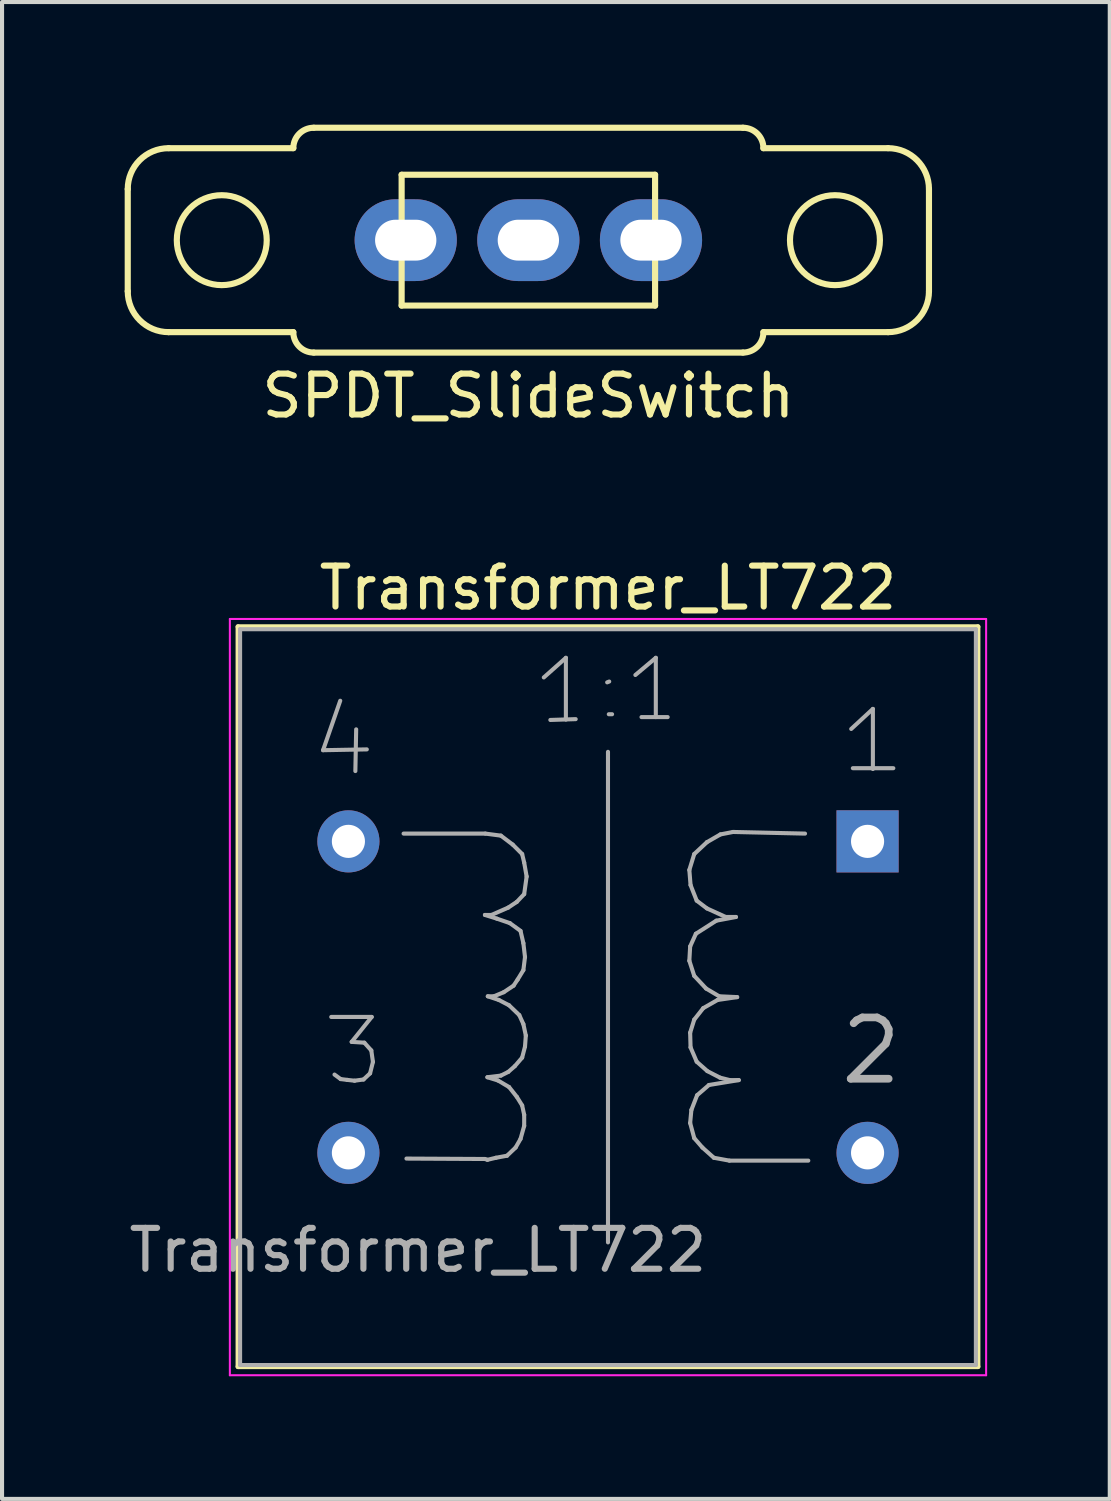
<source format=kicad_pcb>
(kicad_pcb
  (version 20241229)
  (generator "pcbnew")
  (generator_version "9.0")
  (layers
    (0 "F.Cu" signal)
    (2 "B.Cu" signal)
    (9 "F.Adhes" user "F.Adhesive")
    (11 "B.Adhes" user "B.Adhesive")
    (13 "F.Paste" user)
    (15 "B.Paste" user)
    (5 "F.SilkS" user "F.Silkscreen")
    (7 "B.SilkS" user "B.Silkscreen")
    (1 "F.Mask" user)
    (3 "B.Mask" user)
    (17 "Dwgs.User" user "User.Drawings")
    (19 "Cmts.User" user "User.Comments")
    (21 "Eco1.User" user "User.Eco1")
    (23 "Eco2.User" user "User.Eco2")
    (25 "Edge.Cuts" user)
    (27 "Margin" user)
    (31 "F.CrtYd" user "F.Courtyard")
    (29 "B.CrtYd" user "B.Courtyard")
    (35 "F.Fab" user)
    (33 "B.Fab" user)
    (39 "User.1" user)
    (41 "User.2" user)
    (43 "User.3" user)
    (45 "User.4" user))
  (footprint "Transformer_LT722"
    (layer "F.Cu")
    (at 18.173 17.532)
    (property "Reference" "Transformer_LT722" (at -6.35 -6.2 0) (layer "F.SilkS") (effects (font (size 1 1) (thickness 0.15))))
    (attr through_hole)
    (fp_line (start -15.4 -5.25) (end 2.7 -5.25) (stroke (width 0.12) (type solid)) (layer "F.SilkS"))
    (fp_line (start -15.4 12.85) (end -15.4 -5.25) (stroke (width 0.12) (type solid)) (layer "F.SilkS"))
    (fp_line (start 2.7 -5.25) (end 2.7 12.85) (stroke (width 0.12) (type solid)) (layer "F.SilkS"))
    (fp_line (start 2.7 12.85) (end -15.4 12.85) (stroke (width 0.12) (type solid)) (layer "F.SilkS"))
    (fp_line (start -15.6 -5.44) (end -15.6 13.06) (stroke (width 0.05) (type solid)) (layer "F.CrtYd"))
    (fp_line (start -15.6 -5.44) (end 2.9 -5.44) (stroke (width 0.05) (type solid)) (layer "F.CrtYd"))
    (fp_line (start 2.9 13.06) (end -15.6 13.06) (stroke (width 0.05) (type solid)) (layer "F.CrtYd"))
    (fp_line (start 2.9 13.06) (end 2.9 -5.44) (stroke (width 0.05) (type solid)) (layer "F.CrtYd"))
    (fp_line (start -15.35 -5.19) (end -15.35 12.81) (stroke (width 0.1) (type solid)) (layer "F.Fab"))
    (fp_line (start -15.35 12.81) (end 2.65 12.81) (stroke (width 0.1) (type solid)) (layer "F.Fab"))
    (fp_line (start -13.32 -2.23) (end -12.25 -2.25) (stroke (width 0.1) (type solid)) (layer "F.Fab"))
    (fp_line (start -13.12 4.295) (end -12.13 4.295) (stroke (width 0.1) (type solid)) (layer "F.Fab"))
    (fp_line (start -12.9 -3.44) (end -13.32 -2.23) (stroke (width 0.1) (type solid)) (layer "F.Fab"))
    (fp_line (start -12.89 5.815) (end -13.04 5.705) (stroke (width 0.1) (type solid)) (layer "F.Fab"))
    (fp_line (start -12.73 5.835) (end -12.89 5.815) (stroke (width 0.1) (type solid)) (layer "F.Fab"))
    (fp_line (start -12.62 4.905) (end -12.31 4.925) (stroke (width 0.1) (type solid)) (layer "F.Fab"))
    (fp_line (start -12.55 5.855) (end -12.73 5.835) (stroke (width 0.1) (type solid)) (layer "F.Fab"))
    (fp_line (start -12.51 -2.74) (end -12.53 -1.72) (stroke (width 0.1) (type solid)) (layer "F.Fab"))
    (fp_line (start -12.33 5.825) (end -12.55 5.855) (stroke (width 0.1) (type solid)) (layer "F.Fab"))
    (fp_line (start -12.31 4.925) (end -12.14 5.115) (stroke (width 0.1) (type solid)) (layer "F.Fab"))
    (fp_line (start -12.17 5.675) (end -12.33 5.825) (stroke (width 0.1) (type solid)) (layer "F.Fab"))
    (fp_line (start -12.14 5.115) (end -12.1 5.395) (stroke (width 0.1) (type solid)) (layer "F.Fab"))
    (fp_line (start -12.13 4.295) (end -12.62 4.905) (stroke (width 0.1) (type solid)) (layer "F.Fab"))
    (fp_line (start -12.1 5.395) (end -12.17 5.675) (stroke (width 0.1) (type solid)) (layer "F.Fab"))
    (fp_line (start -11.35 -0.19) (end -9.35 -0.19) (stroke (width 0.1) (type solid)) (layer "F.Fab"))
    (fp_line (start -9.36 1.8) (end -9.07 1.89) (stroke (width 0.1) (type solid)) (layer "F.Fab"))
    (fp_line (start -9.36 7.77) (end -11.28 7.76) (stroke (width 0.1) (type solid)) (layer "F.Fab"))
    (fp_line (start -9.35 -0.19) (end -8.97 -0.14) (stroke (width 0.1) (type solid)) (layer "F.Fab"))
    (fp_line (start -9.3 5.77) (end -9.04 5.85) (stroke (width 0.1) (type solid)) (layer "F.Fab"))
    (fp_line (start -9.3 7.79) (end -9.36 7.77) (stroke (width 0.1) (type solid)) (layer "F.Fab"))
    (fp_line (start -9.29 3.79) (end -9.02 3.88) (stroke (width 0.1) (type solid)) (layer "F.Fab"))
    (fp_line (start -9.2 1.8) (end -9.36 1.8) (stroke (width 0.1) (type solid)) (layer "F.Fab"))
    (fp_line (start -9.14 3.79) (end -9.29 3.79) (stroke (width 0.1) (type solid)) (layer "F.Fab"))
    (fp_line (start -9.09 7.74) (end -9.3 7.79) (stroke (width 0.1) (type solid)) (layer "F.Fab"))
    (fp_line (start -9.07 1.89) (end -8.75 2) (stroke (width 0.1) (type solid)) (layer "F.Fab"))
    (fp_line (start -9.04 5.85) (end -8.77 6.01) (stroke (width 0.1) (type solid)) (layer "F.Fab"))
    (fp_line (start -9.02 3.88) (end -8.77 4.01) (stroke (width 0.1) (type solid)) (layer "F.Fab"))
    (fp_line (start -8.97 -0.14) (end -8.68 0.08) (stroke (width 0.1) (type solid)) (layer "F.Fab"))
    (fp_line (start -8.97 5.73) (end -9.3 5.77) (stroke (width 0.1) (type solid)) (layer "F.Fab"))
    (fp_line (start -8.9 3.69) (end -9.14 3.79) (stroke (width 0.1) (type solid)) (layer "F.Fab"))
    (fp_line (start -8.82 7.69) (end -9.09 7.74) (stroke (width 0.1) (type solid)) (layer "F.Fab"))
    (fp_line (start -8.79 1.62) (end -9.2 1.8) (stroke (width 0.1) (type solid)) (layer "F.Fab"))
    (fp_line (start -8.79 5.64) (end -8.97 5.73) (stroke (width 0.1) (type solid)) (layer "F.Fab"))
    (fp_line (start -8.77 4.01) (end -8.52 4.25) (stroke (width 0.1) (type solid)) (layer "F.Fab"))
    (fp_line (start -8.77 6.01) (end -8.58 6.25) (stroke (width 0.1) (type solid)) (layer "F.Fab"))
    (fp_line (start -8.75 2) (end -8.49 2.19) (stroke (width 0.1) (type solid)) (layer "F.Fab"))
    (fp_line (start -8.68 0.08) (end -8.45 0.31) (stroke (width 0.1) (type solid)) (layer "F.Fab"))
    (fp_line (start -8.66 3.53) (end -8.9 3.69) (stroke (width 0.1) (type solid)) (layer "F.Fab"))
    (fp_line (start -8.63 5.5) (end -8.79 5.64) (stroke (width 0.1) (type solid)) (layer "F.Fab"))
    (fp_line (start -8.61 7.49) (end -8.82 7.69) (stroke (width 0.1) (type solid)) (layer "F.Fab"))
    (fp_line (start -8.58 1.48) (end -8.79 1.62) (stroke (width 0.1) (type solid)) (layer "F.Fab"))
    (fp_line (start -8.58 6.25) (end -8.45 6.46) (stroke (width 0.1) (type solid)) (layer "F.Fab"))
    (fp_line (start -8.56 3.38) (end -8.66 3.53) (stroke (width 0.1) (type solid)) (layer "F.Fab"))
    (fp_line (start -8.52 4.25) (end -8.42 4.47) (stroke (width 0.1) (type solid)) (layer "F.Fab"))
    (fp_line (start -8.49 2.19) (end -8.42 2.49) (stroke (width 0.1) (type solid)) (layer "F.Fab"))
    (fp_line (start -8.49 7.28) (end -8.61 7.49) (stroke (width 0.1) (type solid)) (layer "F.Fab"))
    (fp_line (start -8.45 0.31) (end -8.4 0.52) (stroke (width 0.1) (type solid)) (layer "F.Fab"))
    (fp_line (start -8.45 5.29) (end -8.63 5.5) (stroke (width 0.1) (type solid)) (layer "F.Fab"))
    (fp_line (start -8.45 6.46) (end -8.4 6.69) (stroke (width 0.1) (type solid)) (layer "F.Fab"))
    (fp_line (start -8.42 2.49) (end -8.38 2.83) (stroke (width 0.1) (type solid)) (layer "F.Fab"))
    (fp_line (start -8.42 3.15) (end -8.56 3.38) (stroke (width 0.1) (type solid)) (layer "F.Fab"))
    (fp_line (start -8.42 4.47) (end -8.36 4.75) (stroke (width 0.1) (type solid)) (layer "F.Fab"))
    (fp_line (start -8.4 0.52) (end -8.34 0.86) (stroke (width 0.1) (type solid)) (layer "F.Fab"))
    (fp_line (start -8.4 1.29) (end -8.58 1.48) (stroke (width 0.1) (type solid)) (layer "F.Fab"))
    (fp_line (start -8.4 6.69) (end -8.4 6.96) (stroke (width 0.1) (type solid)) (layer "F.Fab"))
    (fp_line (start -8.4 6.96) (end -8.49 7.28) (stroke (width 0.1) (type solid)) (layer "F.Fab"))
    (fp_line (start -8.38 2.83) (end -8.42 3.15) (stroke (width 0.1) (type solid)) (layer "F.Fab"))
    (fp_line (start -8.38 5.02) (end -8.45 5.29) (stroke (width 0.1) (type solid)) (layer "F.Fab"))
    (fp_line (start -8.36 4.75) (end -8.38 5.02) (stroke (width 0.1) (type solid)) (layer "F.Fab"))
    (fp_line (start -8.34 0.86) (end -8.4 1.29) (stroke (width 0.1) (type solid)) (layer "F.Fab"))
    (fp_line (start -7.92 -4.01) (end -7.38 -4.49) (stroke (width 0.1) (type solid)) (layer "F.Fab"))
    (fp_line (start -7.76 -2.97) (end -7.14 -2.99) (stroke (width 0.1) (type solid)) (layer "F.Fab"))
    (fp_line (start -7.38 -4.49) (end -7.38 -2.98) (stroke (width 0.1) (type solid)) (layer "F.Fab"))
    (fp_line (start -6.35 -2.19) (end -6.35 9.81) (stroke (width 0.1) (type solid)) (layer "F.Fab"))
    (fp_line (start -6.32 -3.91) (end -6.37 -3.89) (stroke (width 0.1) (type solid)) (layer "F.Fab"))
    (fp_line (start -6.25 -3.11) (end -6.33 -3.11) (stroke (width 0.1) (type solid)) (layer "F.Fab"))
    (fp_line (start -5.68 -4.07) (end -5.18 -4.49) (stroke (width 0.1) (type solid)) (layer "F.Fab"))
    (fp_line (start -5.53 -3.04) (end -4.89 -3.04) (stroke (width 0.1) (type solid)) (layer "F.Fab"))
    (fp_line (start -5.18 -4.49) (end -5.18 -3.04) (stroke (width 0.1) (type solid)) (layer "F.Fab"))
    (fp_line (start -4.36 0.7) (end -4.33 1.07) (stroke (width 0.1) (type solid)) (layer "F.Fab"))
    (fp_line (start -4.36 2.92) (end -4.24 3.29) (stroke (width 0.1) (type solid)) (layer "F.Fab"))
    (fp_line (start -4.34 2.57) (end -4.36 2.92) (stroke (width 0.1) (type solid)) (layer "F.Fab"))
    (fp_line (start -4.34 4.68) (end -4.33 5.04) (stroke (width 0.1) (type solid)) (layer "F.Fab"))
    (fp_line (start -4.34 6.89) (end -4.24 7.26) (stroke (width 0.1) (type solid)) (layer "F.Fab"))
    (fp_line (start -4.33 1.07) (end -4.18 1.45) (stroke (width 0.1) (type solid)) (layer "F.Fab"))
    (fp_line (start -4.33 5.04) (end -4.18 5.39) (stroke (width 0.1) (type solid)) (layer "F.Fab"))
    (fp_line (start -4.31 6.57) (end -4.34 6.89) (stroke (width 0.1) (type solid)) (layer "F.Fab"))
    (fp_line (start -4.24 0.31) (end -4.36 0.7) (stroke (width 0.1) (type solid)) (layer "F.Fab"))
    (fp_line (start -4.24 3.29) (end -3.95 3.6) (stroke (width 0.1) (type solid)) (layer "F.Fab"))
    (fp_line (start -4.24 4.36) (end -4.34 4.68) (stroke (width 0.1) (type solid)) (layer "F.Fab"))
    (fp_line (start -4.24 7.26) (end -4.04 7.49) (stroke (width 0.1) (type solid)) (layer "F.Fab"))
    (fp_line (start -4.2 2.26) (end -4.34 2.57) (stroke (width 0.1) (type solid)) (layer "F.Fab"))
    (fp_line (start -4.18 1.45) (end -3.93 1.64) (stroke (width 0.1) (type solid)) (layer "F.Fab"))
    (fp_line (start -4.18 5.39) (end -3.92 5.62) (stroke (width 0.1) (type solid)) (layer "F.Fab"))
    (fp_line (start -4.17 6.21) (end -4.31 6.57) (stroke (width 0.1) (type solid)) (layer "F.Fab"))
    (fp_line (start -4.04 7.49) (end -3.76 7.74) (stroke (width 0.1) (type solid)) (layer "F.Fab"))
    (fp_line (start -4.02 4.08) (end -4.24 4.36) (stroke (width 0.1) (type solid)) (layer "F.Fab"))
    (fp_line (start -3.95 3.6) (end -3.63 3.79) (stroke (width 0.1) (type solid)) (layer "F.Fab"))
    (fp_line (start -3.93 0.02) (end -4.24 0.31) (stroke (width 0.1) (type solid)) (layer "F.Fab"))
    (fp_line (start -3.93 1.64) (end -3.47 1.85) (stroke (width 0.1) (type solid)) (layer "F.Fab"))
    (fp_line (start -3.92 5.62) (end -3.61 5.78) (stroke (width 0.1) (type solid)) (layer "F.Fab"))
    (fp_line (start -3.88 5.96) (end -4.17 6.21) (stroke (width 0.1) (type solid)) (layer "F.Fab"))
    (fp_line (start -3.76 7.74) (end -3.38 7.81) (stroke (width 0.1) (type solid)) (layer "F.Fab"))
    (fp_line (start -3.7 1.94) (end -4.2 2.26) (stroke (width 0.1) (type solid)) (layer "F.Fab"))
    (fp_line (start -3.67 3.88) (end -4.02 4.08) (stroke (width 0.1) (type solid)) (layer "F.Fab"))
    (fp_line (start -3.63 3.79) (end -3.19 3.81) (stroke (width 0.1) (type solid)) (layer "F.Fab"))
    (fp_line (start -3.61 5.78) (end -3.37 5.84) (stroke (width 0.1) (type solid)) (layer "F.Fab"))
    (fp_line (start -3.6 -0.17) (end -3.93 0.02) (stroke (width 0.1) (type solid)) (layer "F.Fab"))
    (fp_line (start -3.47 1.85) (end -3.22 1.85) (stroke (width 0.1) (type solid)) (layer "F.Fab"))
    (fp_line (start -3.38 7.81) (end -1.45 7.81) (stroke (width 0.1) (type solid)) (layer "F.Fab"))
    (fp_line (start -3.37 5.84) (end -3.15 5.84) (stroke (width 0.1) (type solid)) (layer "F.Fab"))
    (fp_line (start -3.29 -0.23) (end -3.6 -0.17) (stroke (width 0.1) (type solid)) (layer "F.Fab"))
    (fp_line (start -3.22 1.85) (end -3.7 1.94) (stroke (width 0.1) (type solid)) (layer "F.Fab"))
    (fp_line (start -3.19 3.81) (end -3.67 3.88) (stroke (width 0.1) (type solid)) (layer "F.Fab"))
    (fp_line (start -3.15 5.84) (end -3.88 5.96) (stroke (width 0.1) (type solid)) (layer "F.Fab"))
    (fp_line (start -1.53 -0.19) (end -3.29 -0.23) (stroke (width 0.1) (type solid)) (layer "F.Fab"))
    (fp_line (start -0.4 -2.75) (end 0.13 -3.24) (stroke (width 0.1) (type solid)) (layer "F.Fab"))
    (fp_line (start -0.36 -1.79) (end 0.63 -1.79) (stroke (width 0.1) (type solid)) (layer "F.Fab"))
    (fp_line (start 0.13 -3.24) (end 0.13 -1.77) (stroke (width 0.1) (type solid)) (layer "F.Fab"))
    (fp_line (start 2.65 -5.19) (end -15.35 -5.19) (stroke (width 0.1) (type solid)) (layer "F.Fab"))
    (fp_line (start 2.65 12.81) (end 2.65 -5.19) (stroke (width 0.1) (type solid)) (layer "F.Fab"))
    (fp_text user "2" (at -0.75 6 0) (unlocked yes) (layer "F.Fab") (effects (font (size 1.5 1.5) (thickness 0.188)) (justify left bottom)))
    (fp_text user "${REFERENCE}" (at -11 10 0) (layer "F.Fab") (effects (font (size 1 1) (thickness 0.15))))
    (pad "1" thru_hole rect (at 0 0) (size 1.52 1.52) (drill 0.81) (layers "*.Cu" "*.Mask"))
    (pad "2" thru_hole circle (at 0 7.62) (size 1.52 1.52) (drill 0.81) (layers "*.Cu" "*.Mask"))
    (pad "3" thru_hole circle (at -12.7 7.62) (size 1.52 1.52) (drill 0.81) (layers "*.Cu" "*.Mask"))
    (pad "4" thru_hole circle (at -12.7 0) (size 1.52 1.52) (drill 0.81) (layers "*.Cu" "*.Mask")))
  (footprint "SPDT_SlideSwitch"
    (layer "F.Cu")
    (at 9.875 2.825)
    (property "Reference" "SPDT_SlideSwitch" (at 0 3.81 0) (layer "F.SilkS") (effects (font (size 1 1) (thickness 0.15))))
    (attr through_hole)
    (fp_line (start -9.8 -1.25) (end -9.8 1.25) (stroke (width 0.15) (type solid)) (layer "F.SilkS"))
    (fp_line (start -8.8 -2.25) (end -5.75 -2.25) (stroke (width 0.15) (type solid)) (layer "F.SilkS"))
    (fp_line (start -8.8 2.25) (end -5.75 2.25) (stroke (width 0.15) (type solid)) (layer "F.SilkS"))
    (fp_line (start -5.25 -2.75) (end 5.25 -2.75) (stroke (width 0.15) (type solid)) (layer "F.SilkS"))
    (fp_line (start -5.25 2.75) (end 5.25 2.75) (stroke (width 0.15) (type solid)) (layer "F.SilkS"))
    (fp_line (start -3.1 -1.6) (end 3.1 -1.6) (stroke (width 0.15) (type solid)) (layer "F.SilkS"))
    (fp_line (start -3.1 1.6) (end -3.1 -1.6) (stroke (width 0.15) (type solid)) (layer "F.SilkS"))
    (fp_line (start -3.1 1.6) (end 3.1 1.6) (stroke (width 0.15) (type solid)) (layer "F.SilkS"))
    (fp_line (start 3.1 1.6) (end 3.1 -1.6) (stroke (width 0.15) (type solid)) (layer "F.SilkS"))
    (fp_line (start 5.75 -2.25) (end 8.8 -2.25) (stroke (width 0.15) (type solid)) (layer "F.SilkS"))
    (fp_line (start 5.75 2.25) (end 8.8 2.25) (stroke (width 0.15) (type solid)) (layer "F.SilkS"))
    (fp_line (start 9.8 -1.25) (end 9.8 1.25) (stroke (width 0.15) (type solid)) (layer "F.SilkS"))
    (fp_arc (start -9.8 -1.25) (mid -9.507107 -1.957107) (end -8.8 -2.25) (stroke (width 0.15) (type solid)) (layer "F.SilkS"))
    (fp_arc (start -8.8 2.25) (mid -9.507107 1.957107) (end -9.8 1.25) (stroke (width 0.15) (type solid)) (layer "F.SilkS"))
    (fp_arc (start -5.75 -2.25) (mid -5.603553 -2.603553) (end -5.25 -2.75) (stroke (width 0.15) (type solid)) (layer "F.SilkS"))
    (fp_arc (start -5.25 2.75) (mid -5.603553 2.603553) (end -5.75 2.25) (stroke (width 0.15) (type solid)) (layer "F.SilkS"))
    (fp_arc (start 5.25 -2.75) (mid 5.603553 -2.603553) (end 5.75 -2.25) (stroke (width 0.15) (type solid)) (layer "F.SilkS"))
    (fp_arc (start 5.75 2.25) (mid 5.603553 2.603553) (end 5.25 2.75) (stroke (width 0.15) (type solid)) (layer "F.SilkS"))
    (fp_arc (start 8.8 -2.25) (mid 9.507107 -1.957107) (end 9.8 -1.25) (stroke (width 0.15) (type solid)) (layer "F.SilkS"))
    (fp_arc (start 9.8 1.25) (mid 9.507107 1.957107) (end 8.8 2.25) (stroke (width 0.15) (type solid)) (layer "F.SilkS"))
    (fp_circle (center -7.5 0) (end -8.6 0) (stroke (width 0.15) (type solid)) (fill no) (layer "F.SilkS"))
    (fp_circle (center 7.5 0) (end 8.6 0) (stroke (width 0.15) (type solid)) (fill no) (layer "F.SilkS"))
    (pad "1" thru_hole oval (at -3 0) (size 2.5 2) (drill oval 1.5 1) (layers "*.Cu" "*.Mask"))
    (pad "2" thru_hole oval (at 0 0) (size 2.5 2) (drill oval 1.5 1) (layers "*.Cu" "*.Mask"))
    (pad "3" thru_hole oval (at 3 0) (size 2.5 2) (drill oval 1.5 1) (layers "*.Cu" "*.Mask")))
  (gr_rect
    (start -3 -3)
    (end 24.098 33.617)
    (stroke (width 0.1) (type default))
    (fill no)
    (layer "Edge.Cuts")))
</source>
